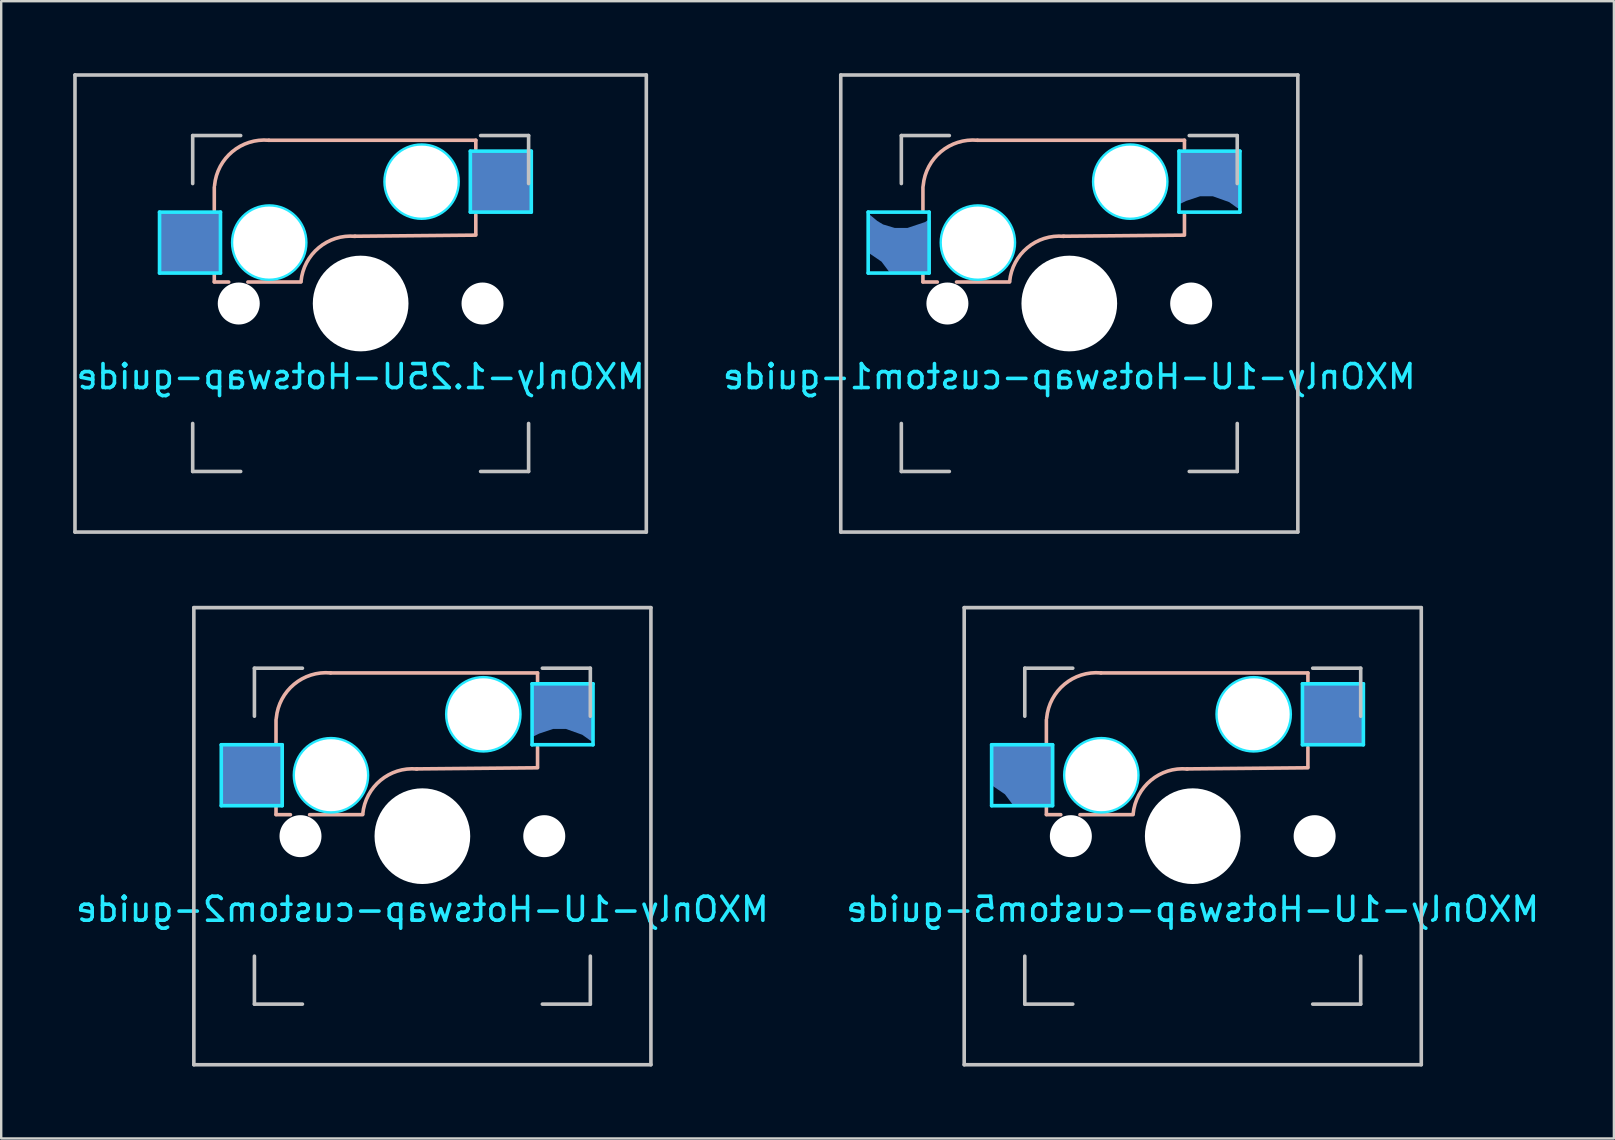
<source format=kicad_pcb>
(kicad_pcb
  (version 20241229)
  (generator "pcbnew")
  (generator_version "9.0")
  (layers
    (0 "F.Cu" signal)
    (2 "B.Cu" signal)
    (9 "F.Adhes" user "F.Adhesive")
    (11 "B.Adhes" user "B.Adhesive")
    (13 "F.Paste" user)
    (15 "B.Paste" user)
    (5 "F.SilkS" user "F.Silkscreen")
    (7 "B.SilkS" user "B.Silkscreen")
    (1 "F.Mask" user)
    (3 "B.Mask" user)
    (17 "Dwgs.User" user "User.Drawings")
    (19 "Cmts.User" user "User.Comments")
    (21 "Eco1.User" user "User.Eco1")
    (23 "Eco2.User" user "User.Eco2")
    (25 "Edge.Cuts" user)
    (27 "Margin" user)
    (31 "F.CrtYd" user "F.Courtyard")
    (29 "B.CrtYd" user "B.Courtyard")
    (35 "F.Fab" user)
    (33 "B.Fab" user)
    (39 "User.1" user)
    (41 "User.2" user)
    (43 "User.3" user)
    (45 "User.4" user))
  (footprint "MXOnly-1U-Hotswap-custom5-guide"
    (layer "F.Cu")
    (at 46.661 31.8)
    (property "Reference" "MXOnly-1U-Hotswap-custom5-guide" (at 0 3.048 0) (layer "B.CrtYd") (effects (font (size 1 1) (thickness 0.15)) (justify mirror)))
    (attr smd)
    (fp_line (start -6.1 -4.85) (end -6.1 -3.9) (stroke (width 0.15) (type solid)) (layer "B.SilkS"))
    (fp_line (start -6.1 -1.2) (end -6.1 -0.905) (stroke (width 0.15) (type solid)) (layer "B.SilkS"))
    (fp_line (start -6.1 -0.896) (end -5.5 -0.896) (stroke (width 0.15) (type solid)) (layer "B.SilkS"))
    (fp_line (start -4.7 -0.896) (end -2.49 -0.896) (stroke (width 0.15) (type solid)) (layer "B.SilkS"))
    (fp_line (start 4.8 -6.804) (end -3.825 -6.804) (stroke (width 0.15) (type solid)) (layer "B.SilkS"))
    (fp_line (start 4.8 -6.45) (end 4.8 -6.804) (stroke (width 0.15) (type solid)) (layer "B.SilkS"))
    (fp_line (start 4.8 -2.896) (end 4.8 -3.7) (stroke (width 0.15) (type solid)) (layer "B.SilkS"))
    (fp_line (start 4.8 -2.85) (end -0.25 -2.804) (stroke (width 0.15) (type solid)) (layer "B.SilkS"))
    (fp_arc (start -6.089 -4.92) (mid -5.347189 -6.33089) (end -3.825 -6.804) (stroke (width 0.15) (type solid)) (layer "B.SilkS"))
    (fp_arc (start -2.485 -0.92) (mid -1.744361 -2.328061) (end -0.225 -2.8) (stroke (width 0.15) (type solid)) (layer "B.SilkS"))
    (fp_line (start -9.525 -9.525) (end 9.525 -9.525) (stroke (width 0.15) (type solid)) (layer "Dwgs.User"))
    (fp_line (start -9.525 9.525) (end -9.525 -9.525) (stroke (width 0.15) (type solid)) (layer "Dwgs.User"))
    (fp_line (start -7 -7) (end -7 -5) (stroke (width 0.15) (type solid)) (layer "Dwgs.User"))
    (fp_line (start -7 5) (end -7 7) (stroke (width 0.15) (type solid)) (layer "Dwgs.User"))
    (fp_line (start -7 7) (end -5 7) (stroke (width 0.15) (type solid)) (layer "Dwgs.User"))
    (fp_line (start -5 -7) (end -7 -7) (stroke (width 0.15) (type solid)) (layer "Dwgs.User"))
    (fp_line (start 5 -7) (end 7 -7) (stroke (width 0.15) (type solid)) (layer "Dwgs.User"))
    (fp_line (start 5 7) (end 7 7) (stroke (width 0.15) (type solid)) (layer "Dwgs.User"))
    (fp_line (start 7 -7) (end 7 -5) (stroke (width 0.15) (type solid)) (layer "Dwgs.User"))
    (fp_line (start 7 7) (end 7 5) (stroke (width 0.15) (type solid)) (layer "Dwgs.User"))
    (fp_line (start 9.525 -9.525) (end 9.525 9.525) (stroke (width 0.15) (type solid)) (layer "Dwgs.User"))
    (fp_line (start 9.525 9.525) (end -9.525 9.525) (stroke (width 0.15) (type solid)) (layer "Dwgs.User"))
    (fp_line (start -8.382 -3.81) (end -8.382 -1.27) (stroke (width 0.15) (type solid)) (layer "B.CrtYd"))
    (fp_line (start -8.382 -1.27) (end -5.842 -1.27) (stroke (width 0.15) (type solid)) (layer "B.CrtYd"))
    (fp_line (start -5.842 -3.81) (end -8.382 -3.81) (stroke (width 0.15) (type solid)) (layer "B.CrtYd"))
    (fp_line (start -5.842 -1.27) (end -5.842 -3.81) (stroke (width 0.15) (type solid)) (layer "B.CrtYd"))
    (fp_line (start 4.572 -6.35) (end 7.112 -6.35) (stroke (width 0.15) (type solid)) (layer "B.CrtYd"))
    (fp_line (start 4.572 -3.81) (end 4.572 -6.35) (stroke (width 0.15) (type solid)) (layer "B.CrtYd"))
    (fp_line (start 7.112 -6.35) (end 7.112 -3.81) (stroke (width 0.15) (type solid)) (layer "B.CrtYd"))
    (fp_line (start 7.112 -3.81) (end 4.572 -3.81) (stroke (width 0.15) (type solid)) (layer "B.CrtYd"))
    (fp_circle (center -3.81 -2.54) (end -3.81 -4.064) (stroke (width 0.15) (type solid)) (fill no) (layer "B.CrtYd"))
    (fp_circle (center 2.54 -5.08) (end 2.54 -6.604) (stroke (width 0.15) (type solid)) (fill no) (layer "B.CrtYd"))
    (pad "" np_thru_hole circle (at -5.08 0 48.1) (size 1.75 1.75) (drill 1.75) (layers "*.Cu" "*.Mask"))
    (pad "" np_thru_hole circle (at -3.81 -2.54) (size 3 3) (drill 3) (layers "*.Cu" "*.Mask"))
    (pad "" np_thru_hole circle (at 0 0) (size 3.988 3.988) (drill 3.988) (layers "*.Cu" "*.Mask"))
    (pad "" np_thru_hole circle (at 2.54 -5.08) (size 3 3) (drill 3) (layers "*.Cu" "*.Mask"))
    (pad "" np_thru_hole circle (at 5.08 0 48.1) (size 1.75 1.75) (drill 1.75) (layers "*.Cu" "*.Mask"))
    (pad "1" smd custom (at -7.085 -2.54) (size 0.1 0.1) (layers "B.Cu" "B.Mask" "B.Paste") (options (anchor rect)) (primitives (gr_poly (pts (xy -1.25 -1.25) (xy 1.25 -1.25) (xy 1.25 1.25) (xy -0.325 1.25) (xy -0.7 0.75) (xy -1.25 0.375)) (width 0.12) (fill yes))))
    (pad "2" smd rect (at 5.842 -5.08) (size 2.55 2.5) (layers "B.Cu" "B.Mask" "B.Paste")))
  (footprint "MXOnly-1U-Hotswap-custom2-guide"
    (layer "F.Cu")
    (at 14.554 31.8)
    (property "Reference" "MXOnly-1U-Hotswap-custom2-guide" (at 0 3.048 0) (layer "B.CrtYd") (effects (font (size 1 1) (thickness 0.15)) (justify mirror)))
    (attr smd)
    (fp_line (start -6.1 -4.85) (end -6.1 -3.9) (stroke (width 0.15) (type solid)) (layer "B.SilkS"))
    (fp_line (start -6.1 -1.2) (end -6.1 -0.905) (stroke (width 0.15) (type solid)) (layer "B.SilkS"))
    (fp_line (start -6.1 -0.896) (end -5.5 -0.896) (stroke (width 0.15) (type solid)) (layer "B.SilkS"))
    (fp_line (start -4.7 -0.896) (end -2.49 -0.896) (stroke (width 0.15) (type solid)) (layer "B.SilkS"))
    (fp_line (start 4.8 -6.804) (end -3.825 -6.804) (stroke (width 0.15) (type solid)) (layer "B.SilkS"))
    (fp_line (start 4.8 -6.45) (end 4.8 -6.804) (stroke (width 0.15) (type solid)) (layer "B.SilkS"))
    (fp_line (start 4.8 -2.896) (end 4.8 -3.7) (stroke (width 0.15) (type solid)) (layer "B.SilkS"))
    (fp_line (start 4.8 -2.85) (end -0.25 -2.804) (stroke (width 0.15) (type solid)) (layer "B.SilkS"))
    (fp_arc (start -6.089 -4.92) (mid -5.347189 -6.33089) (end -3.825 -6.804) (stroke (width 0.15) (type solid)) (layer "B.SilkS"))
    (fp_arc (start -2.485 -0.92) (mid -1.744361 -2.328061) (end -0.225 -2.8) (stroke (width 0.15) (type solid)) (layer "B.SilkS"))
    (fp_line (start -9.525 -9.525) (end 9.525 -9.525) (stroke (width 0.15) (type solid)) (layer "Dwgs.User"))
    (fp_line (start -9.525 9.525) (end -9.525 -9.525) (stroke (width 0.15) (type solid)) (layer "Dwgs.User"))
    (fp_line (start -7 -7) (end -7 -5) (stroke (width 0.15) (type solid)) (layer "Dwgs.User"))
    (fp_line (start -7 5) (end -7 7) (stroke (width 0.15) (type solid)) (layer "Dwgs.User"))
    (fp_line (start -7 7) (end -5 7) (stroke (width 0.15) (type solid)) (layer "Dwgs.User"))
    (fp_line (start -5 -7) (end -7 -7) (stroke (width 0.15) (type solid)) (layer "Dwgs.User"))
    (fp_line (start 5 -7) (end 7 -7) (stroke (width 0.15) (type solid)) (layer "Dwgs.User"))
    (fp_line (start 5 7) (end 7 7) (stroke (width 0.15) (type solid)) (layer "Dwgs.User"))
    (fp_line (start 7 -7) (end 7 -5) (stroke (width 0.15) (type solid)) (layer "Dwgs.User"))
    (fp_line (start 7 7) (end 7 5) (stroke (width 0.15) (type solid)) (layer "Dwgs.User"))
    (fp_line (start 9.525 -9.525) (end 9.525 9.525) (stroke (width 0.15) (type solid)) (layer "Dwgs.User"))
    (fp_line (start 9.525 9.525) (end -9.525 9.525) (stroke (width 0.15) (type solid)) (layer "Dwgs.User"))
    (fp_line (start -8.382 -3.81) (end -8.382 -1.27) (stroke (width 0.15) (type solid)) (layer "B.CrtYd"))
    (fp_line (start -8.382 -1.27) (end -5.842 -1.27) (stroke (width 0.15) (type solid)) (layer "B.CrtYd"))
    (fp_line (start -5.842 -3.81) (end -8.382 -3.81) (stroke (width 0.15) (type solid)) (layer "B.CrtYd"))
    (fp_line (start -5.842 -1.27) (end -5.842 -3.81) (stroke (width 0.15) (type solid)) (layer "B.CrtYd"))
    (fp_line (start 4.572 -6.35) (end 7.112 -6.35) (stroke (width 0.15) (type solid)) (layer "B.CrtYd"))
    (fp_line (start 4.572 -3.81) (end 4.572 -6.35) (stroke (width 0.15) (type solid)) (layer "B.CrtYd"))
    (fp_line (start 7.112 -6.35) (end 7.112 -3.81) (stroke (width 0.15) (type solid)) (layer "B.CrtYd"))
    (fp_line (start 7.112 -3.81) (end 4.572 -3.81) (stroke (width 0.15) (type solid)) (layer "B.CrtYd"))
    (fp_circle (center -3.81 -2.54) (end -3.81 -4.064) (stroke (width 0.15) (type solid)) (fill no) (layer "B.CrtYd"))
    (fp_circle (center 2.54 -5.08) (end 2.54 -6.604) (stroke (width 0.15) (type solid)) (fill no) (layer "B.CrtYd"))
    (pad "" np_thru_hole circle (at -5.08 0 48.1) (size 1.75 1.75) (drill 1.75) (layers "*.Cu" "*.Mask"))
    (pad "" np_thru_hole circle (at -3.81 -2.54) (size 3 3) (drill 3) (layers "*.Cu" "*.Mask"))
    (pad "" np_thru_hole circle (at 0 0) (size 3.988 3.988) (drill 3.988) (layers "*.Cu" "*.Mask"))
    (pad "" np_thru_hole circle (at 2.54 -5.08) (size 3 3) (drill 3) (layers "*.Cu" "*.Mask"))
    (pad "" np_thru_hole circle (at 5.08 0 48.1) (size 1.75 1.75) (drill 1.75) (layers "*.Cu" "*.Mask"))
    (pad "1" smd rect (at -7.085 -2.54) (size 2.55 2.5) (layers "B.Cu" "B.Mask" "B.Paste"))
    (pad "2" smd custom (at 5.842 -5.08) (size 0.1 0.1) (layers "B.Cu" "B.Mask" "B.Paste") (options (anchor rect)) (primitives (gr_poly (pts (xy -1.25 -1.25) (xy 1.25 -1.25) (xy 1.25 1.05) (xy 1.2 1.05) (xy 0.85 0.8) (xy 0.15 0.55) (xy -0.4 0.55) (xy -1 0.75) (xy -1.2 0.85) (xy -1.25 0.85)) (width 0.12) (fill yes)))))
  (footprint "MXOnly-1U-Hotswap-custom1-guide"
    (layer "F.Cu")
    (at 41.516 9.6)
    (property "Reference" "MXOnly-1U-Hotswap-custom1-guide" (at 0 3.048 0) (layer "B.CrtYd") (effects (font (size 1 1) (thickness 0.15)) (justify mirror)))
    (attr smd)
    (fp_line (start -6.1 -4.85) (end -6.1 -3.9) (stroke (width 0.15) (type solid)) (layer "B.SilkS"))
    (fp_line (start -6.1 -1.2) (end -6.1 -0.905) (stroke (width 0.15) (type solid)) (layer "B.SilkS"))
    (fp_line (start -6.1 -0.896) (end -5.5 -0.896) (stroke (width 0.15) (type solid)) (layer "B.SilkS"))
    (fp_line (start -4.7 -0.896) (end -2.49 -0.896) (stroke (width 0.15) (type solid)) (layer "B.SilkS"))
    (fp_line (start 4.8 -6.804) (end -3.825 -6.804) (stroke (width 0.15) (type solid)) (layer "B.SilkS"))
    (fp_line (start 4.8 -6.45) (end 4.8 -6.804) (stroke (width 0.15) (type solid)) (layer "B.SilkS"))
    (fp_line (start 4.8 -2.896) (end 4.8 -3.7) (stroke (width 0.15) (type solid)) (layer "B.SilkS"))
    (fp_line (start 4.8 -2.85) (end -0.25 -2.804) (stroke (width 0.15) (type solid)) (layer "B.SilkS"))
    (fp_arc (start -6.089 -4.92) (mid -5.347189 -6.33089) (end -3.825 -6.804) (stroke (width 0.15) (type solid)) (layer "B.SilkS"))
    (fp_arc (start -2.485 -0.92) (mid -1.744361 -2.328061) (end -0.225 -2.8) (stroke (width 0.15) (type solid)) (layer "B.SilkS"))
    (fp_line (start -9.525 -9.525) (end 9.525 -9.525) (stroke (width 0.15) (type solid)) (layer "Dwgs.User"))
    (fp_line (start -9.525 9.525) (end -9.525 -9.525) (stroke (width 0.15) (type solid)) (layer "Dwgs.User"))
    (fp_line (start -7 -7) (end -7 -5) (stroke (width 0.15) (type solid)) (layer "Dwgs.User"))
    (fp_line (start -7 5) (end -7 7) (stroke (width 0.15) (type solid)) (layer "Dwgs.User"))
    (fp_line (start -7 7) (end -5 7) (stroke (width 0.15) (type solid)) (layer "Dwgs.User"))
    (fp_line (start -5 -7) (end -7 -7) (stroke (width 0.15) (type solid)) (layer "Dwgs.User"))
    (fp_line (start 5 -7) (end 7 -7) (stroke (width 0.15) (type solid)) (layer "Dwgs.User"))
    (fp_line (start 5 7) (end 7 7) (stroke (width 0.15) (type solid)) (layer "Dwgs.User"))
    (fp_line (start 7 -7) (end 7 -5) (stroke (width 0.15) (type solid)) (layer "Dwgs.User"))
    (fp_line (start 7 7) (end 7 5) (stroke (width 0.15) (type solid)) (layer "Dwgs.User"))
    (fp_line (start 9.525 -9.525) (end 9.525 9.525) (stroke (width 0.15) (type solid)) (layer "Dwgs.User"))
    (fp_line (start 9.525 9.525) (end -9.525 9.525) (stroke (width 0.15) (type solid)) (layer "Dwgs.User"))
    (fp_line (start -8.382 -3.81) (end -8.382 -1.27) (stroke (width 0.15) (type solid)) (layer "B.CrtYd"))
    (fp_line (start -8.382 -1.27) (end -5.842 -1.27) (stroke (width 0.15) (type solid)) (layer "B.CrtYd"))
    (fp_line (start -5.842 -3.81) (end -8.382 -3.81) (stroke (width 0.15) (type solid)) (layer "B.CrtYd"))
    (fp_line (start -5.842 -1.27) (end -5.842 -3.81) (stroke (width 0.15) (type solid)) (layer "B.CrtYd"))
    (fp_line (start 4.572 -6.35) (end 7.112 -6.35) (stroke (width 0.15) (type solid)) (layer "B.CrtYd"))
    (fp_line (start 4.572 -3.81) (end 4.572 -6.35) (stroke (width 0.15) (type solid)) (layer "B.CrtYd"))
    (fp_line (start 7.112 -6.35) (end 7.112 -3.81) (stroke (width 0.15) (type solid)) (layer "B.CrtYd"))
    (fp_line (start 7.112 -3.81) (end 4.572 -3.81) (stroke (width 0.15) (type solid)) (layer "B.CrtYd"))
    (fp_circle (center -3.81 -2.54) (end -3.81 -4.064) (stroke (width 0.15) (type solid)) (fill no) (layer "B.CrtYd"))
    (fp_circle (center 2.54 -5.08) (end 2.54 -6.604) (stroke (width 0.15) (type solid)) (fill no) (layer "B.CrtYd"))
    (pad "" np_thru_hole circle (at -5.08 0 48.1) (size 1.75 1.75) (drill 1.75) (layers "*.Cu" "*.Mask"))
    (pad "" np_thru_hole circle (at -3.81 -2.54) (size 3 3) (drill 3) (layers "*.Cu" "*.Mask"))
    (pad "" np_thru_hole circle (at 0 0) (size 3.988 3.988) (drill 3.988) (layers "*.Cu" "*.Mask"))
    (pad "" np_thru_hole circle (at 2.54 -5.08) (size 3 3) (drill 3) (layers "*.Cu" "*.Mask"))
    (pad "" np_thru_hole circle (at 5.08 0 48.1) (size 1.75 1.75) (drill 1.75) (layers "*.Cu" "*.Mask"))
    (pad "1" smd custom (at -7.085 -2.54) (size 0.1 0.1) (layers "B.Cu" "B.Mask" "B.Paste") (options (anchor rect)) (primitives (gr_poly (pts (xy -1.25 -1.1) (xy -0.95 -0.85) (xy -0.7 -0.7) (xy -0.2 -0.55) (xy 0.35 -0.55) (xy 1.1 -0.8) (xy 1.25 -0.9) (xy 1.25 1.25) (xy -0.325 1.25) (xy -0.7 0.75) (xy -1.25 0.375)) (width 0.12) (fill yes))))
    (pad "2" smd custom (at 5.842 -5.08) (size 0.1 0.1) (layers "B.Cu" "B.Mask" "B.Paste") (options (anchor rect)) (primitives (gr_poly (pts (xy -1.25 -1.25) (xy 1.25 -1.25) (xy 1.25 1.05) (xy 1.2 1.05) (xy 0.85 0.8) (xy 0.15 0.55) (xy -0.4 0.55) (xy -1 0.75) (xy -1.2 0.85) (xy -1.25 0.85)) (width 0.12) (fill yes)))))
  (footprint "MXOnly-1.25U-Hotswap-guide"
    (layer "F.Cu")
    (at 11.981 9.6)
    (property "Reference" "MXOnly-1.25U-Hotswap-guide" (at 0 3.048 0) (layer "B.CrtYd") (effects (font (size 1 1) (thickness 0.15)) (justify mirror)))
    (attr smd)
    (fp_line (start -6.1 -4.85) (end -6.1 -3.9) (stroke (width 0.15) (type solid)) (layer "B.SilkS"))
    (fp_line (start -6.1 -1.2) (end -6.1 -0.905) (stroke (width 0.15) (type solid)) (layer "B.SilkS"))
    (fp_line (start -6.1 -0.896) (end -5.5 -0.896) (stroke (width 0.15) (type solid)) (layer "B.SilkS"))
    (fp_line (start -4.7 -0.896) (end -2.49 -0.896) (stroke (width 0.15) (type solid)) (layer "B.SilkS"))
    (fp_line (start 4.8 -6.804) (end -3.825 -6.804) (stroke (width 0.15) (type solid)) (layer "B.SilkS"))
    (fp_line (start 4.8 -6.45) (end 4.8 -6.804) (stroke (width 0.15) (type solid)) (layer "B.SilkS"))
    (fp_line (start 4.8 -2.896) (end 4.8 -3.7) (stroke (width 0.15) (type solid)) (layer "B.SilkS"))
    (fp_line (start 4.8 -2.85) (end -0.25 -2.804) (stroke (width 0.15) (type solid)) (layer "B.SilkS"))
    (fp_arc (start -6.089 -4.92) (mid -5.347189 -6.33089) (end -3.825 -6.804) (stroke (width 0.15) (type solid)) (layer "B.SilkS"))
    (fp_arc (start -2.485 -0.92) (mid -1.744361 -2.328061) (end -0.225 -2.8) (stroke (width 0.15) (type solid)) (layer "B.SilkS"))
    (fp_line (start -11.906 -9.525) (end 11.906 -9.525) (stroke (width 0.15) (type solid)) (layer "Dwgs.User"))
    (fp_line (start -11.906 9.525) (end -11.906 -9.525) (stroke (width 0.15) (type solid)) (layer "Dwgs.User"))
    (fp_line (start -7 -7) (end -7 -5) (stroke (width 0.15) (type solid)) (layer "Dwgs.User"))
    (fp_line (start -7 5) (end -7 7) (stroke (width 0.15) (type solid)) (layer "Dwgs.User"))
    (fp_line (start -7 7) (end -5 7) (stroke (width 0.15) (type solid)) (layer "Dwgs.User"))
    (fp_line (start -5 -7) (end -7 -7) (stroke (width 0.15) (type solid)) (layer "Dwgs.User"))
    (fp_line (start 5 -7) (end 7 -7) (stroke (width 0.15) (type solid)) (layer "Dwgs.User"))
    (fp_line (start 5 7) (end 7 7) (stroke (width 0.15) (type solid)) (layer "Dwgs.User"))
    (fp_line (start 7 -7) (end 7 -5) (stroke (width 0.15) (type solid)) (layer "Dwgs.User"))
    (fp_line (start 7 7) (end 7 5) (stroke (width 0.15) (type solid)) (layer "Dwgs.User"))
    (fp_line (start 11.906 -9.525) (end 11.906 9.525) (stroke (width 0.15) (type solid)) (layer "Dwgs.User"))
    (fp_line (start 11.906 9.525) (end -11.906 9.525) (stroke (width 0.15) (type solid)) (layer "Dwgs.User"))
    (fp_line (start -8.382 -3.81) (end -5.842 -3.81) (stroke (width 0.15) (type solid)) (layer "B.CrtYd"))
    (fp_line (start -8.382 -1.27) (end -8.382 -3.81) (stroke (width 0.15) (type solid)) (layer "B.CrtYd"))
    (fp_line (start -5.842 -3.81) (end -5.842 -1.27) (stroke (width 0.15) (type solid)) (layer "B.CrtYd"))
    (fp_line (start -5.842 -1.27) (end -8.382 -1.27) (stroke (width 0.15) (type solid)) (layer "B.CrtYd"))
    (fp_line (start 4.572 -6.35) (end 7.112 -6.35) (stroke (width 0.15) (type solid)) (layer "B.CrtYd"))
    (fp_line (start 4.572 -3.81) (end 4.572 -6.35) (stroke (width 0.15) (type solid)) (layer "B.CrtYd"))
    (fp_line (start 7.112 -6.35) (end 7.112 -3.81) (stroke (width 0.15) (type solid)) (layer "B.CrtYd"))
    (fp_line (start 7.112 -3.81) (end 4.572 -3.81) (stroke (width 0.15) (type solid)) (layer "B.CrtYd"))
    (fp_circle (center -3.81 -2.54) (end -3.81 -4.064) (stroke (width 0.15) (type solid)) (fill no) (layer "B.CrtYd"))
    (fp_circle (center 2.54 -5.08) (end 2.54 -6.604) (stroke (width 0.15) (type solid)) (fill no) (layer "B.CrtYd"))
    (pad "" np_thru_hole circle (at -5.08 0 48.1) (size 1.75 1.75) (drill 1.75) (layers "*.Cu" "*.Mask"))
    (pad "" np_thru_hole circle (at -3.81 -2.54) (size 3 3) (drill 3) (layers "*.Cu" "*.Mask"))
    (pad "" np_thru_hole circle (at 0 0) (size 3.988 3.988) (drill 3.988) (layers "*.Cu" "*.Mask"))
    (pad "" np_thru_hole circle (at 2.54 -5.08) (size 3 3) (drill 3) (layers "*.Cu" "*.Mask"))
    (pad "" np_thru_hole circle (at 5.08 0 48.1) (size 1.75 1.75) (drill 1.75) (layers "*.Cu" "*.Mask"))
    (pad "1" smd rect (at -7.085 -2.54) (size 2.55 2.5) (layers "B.Cu" "B.Mask" "B.Paste"))
    (pad "2" smd rect (at 5.842 -5.08) (size 2.55 2.5) (layers "B.Cu" "B.Mask" "B.Paste")))
  (gr_rect
    (start -3 -3)
    (end 64.214 44.4)
    (stroke (width 0.1) (type default))
    (fill no)
    (layer "Edge.Cuts")))
</source>
